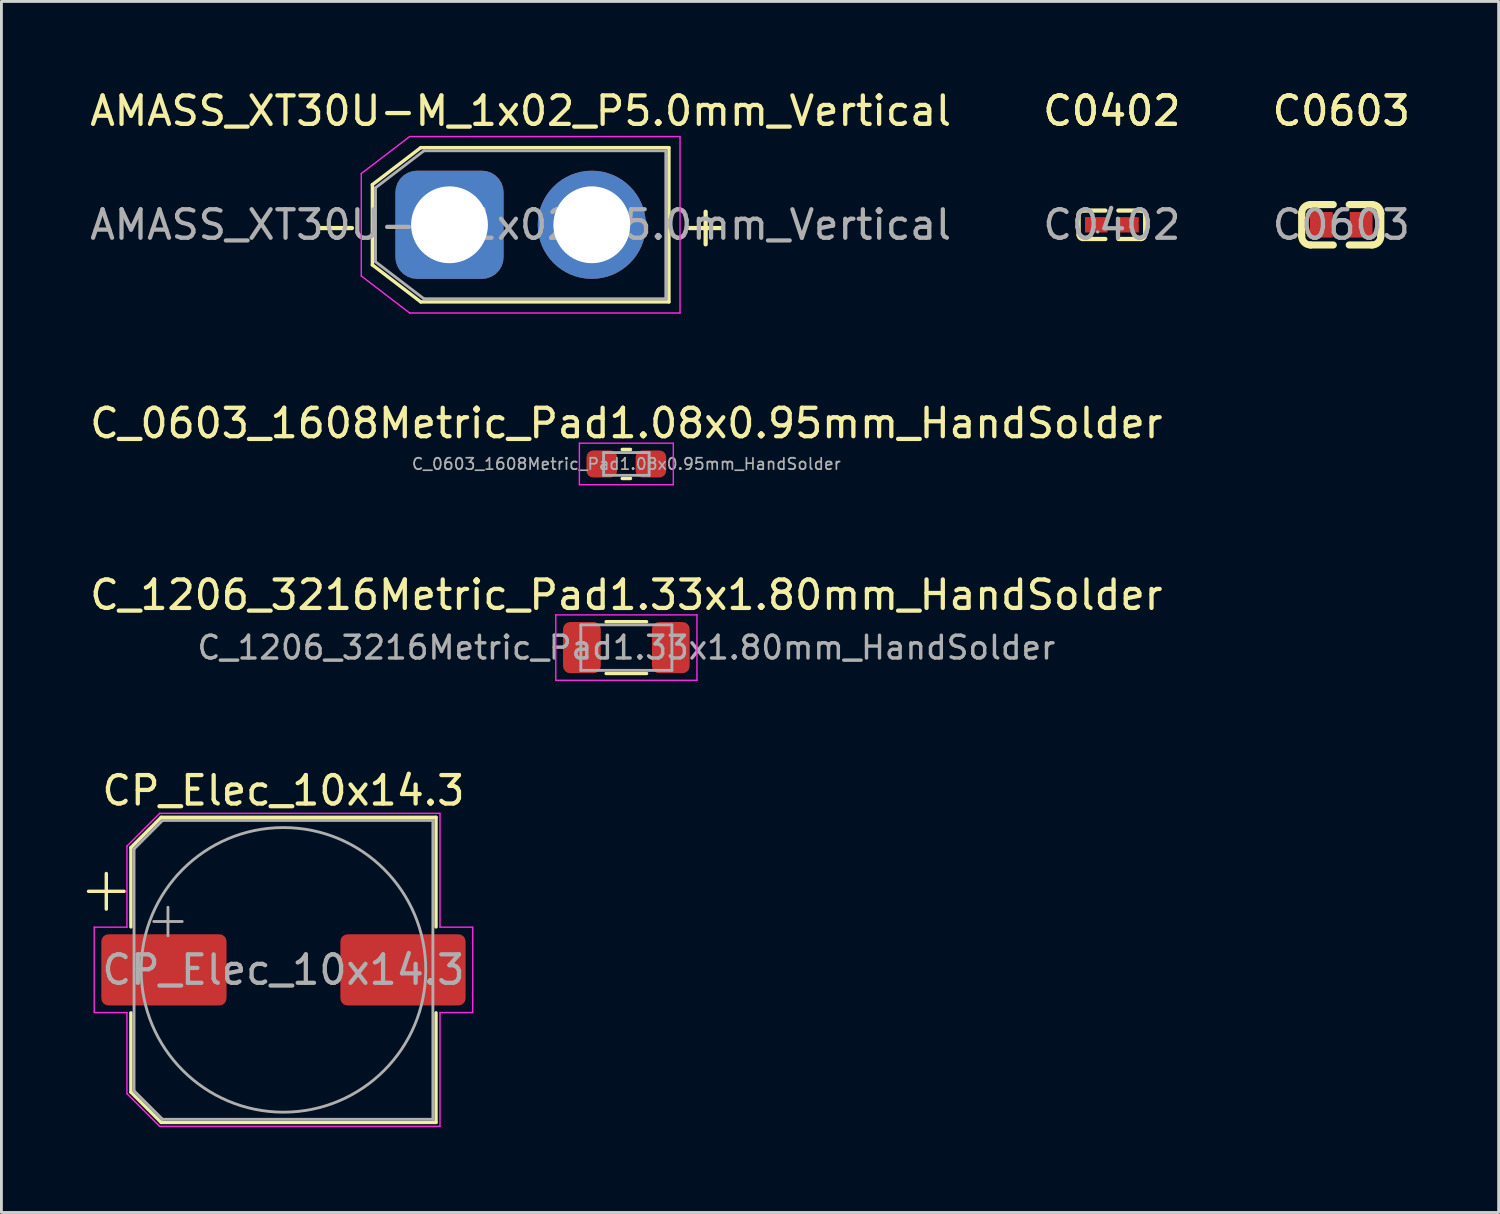
<source format=kicad_pcb>
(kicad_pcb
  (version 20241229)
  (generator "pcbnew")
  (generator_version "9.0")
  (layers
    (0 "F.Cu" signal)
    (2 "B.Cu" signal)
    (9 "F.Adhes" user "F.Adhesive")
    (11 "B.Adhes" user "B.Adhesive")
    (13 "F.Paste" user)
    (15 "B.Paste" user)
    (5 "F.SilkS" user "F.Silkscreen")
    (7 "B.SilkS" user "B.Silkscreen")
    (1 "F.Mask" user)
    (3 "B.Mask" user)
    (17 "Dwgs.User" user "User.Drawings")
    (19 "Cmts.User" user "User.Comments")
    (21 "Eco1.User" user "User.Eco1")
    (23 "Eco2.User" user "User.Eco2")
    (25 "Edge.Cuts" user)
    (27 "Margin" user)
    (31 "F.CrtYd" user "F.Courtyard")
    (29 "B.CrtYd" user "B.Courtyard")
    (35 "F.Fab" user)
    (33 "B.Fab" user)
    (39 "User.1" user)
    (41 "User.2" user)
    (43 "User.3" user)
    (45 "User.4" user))
  (footprint "C0603"
    (layer "F.Cu")
    (at 44.077 4.848)
    (property "Reference" "C0603" (at 0 -4 0) (layer "F.SilkS") (effects (font (size 1 1) (thickness 0.15))))
    (attr smd)
    (fp_line (start -1.39 0.4) (end -1.39 -0.4) (stroke (width 0.25) (type solid)) (layer "F.SilkS"))
    (fp_line (start -0.28 -0.71) (end -1.08 -0.71) (stroke (width 0.25) (type solid)) (layer "F.SilkS"))
    (fp_line (start -0.28 0.71) (end -1.08 0.71) (stroke (width 0.25) (type solid)) (layer "F.SilkS"))
    (fp_line (start 0.28 -0.71) (end 1.08 -0.71) (stroke (width 0.25) (type solid)) (layer "F.SilkS"))
    (fp_line (start 0.28 0.71) (end 1.08 0.71) (stroke (width 0.25) (type solid)) (layer "F.SilkS"))
    (fp_line (start 1.39 -0.4) (end 1.39 0.4) (stroke (width 0.25) (type solid)) (layer "F.SilkS"))
    (fp_arc (start -1.39 -0.4) (mid -1.299203 -0.619203) (end -1.08 -0.71) (stroke (width 0.25) (type solid)) (layer "F.SilkS"))
    (fp_arc (start -1.08 0.71) (mid -1.299203 0.619203) (end -1.39 0.4) (stroke (width 0.25) (type solid)) (layer "F.SilkS"))
    (fp_arc (start 1.08 -0.71) (mid 1.299203 -0.619203) (end 1.39 -0.4) (stroke (width 0.25) (type solid)) (layer "F.SilkS"))
    (fp_arc (start 1.39 0.4) (mid 1.299203 0.619203) (end 1.08 0.71) (stroke (width 0.25) (type solid)) (layer "F.SilkS"))
    (fp_circle (center -0.8 0.4) (end -0.77 0.4) (stroke (width 0.06) (type solid)) (fill no) (layer "F.Fab"))
    (fp_text user "${REFERENCE}" (at 0 -4 0) (layer "F.SilkS") (effects (font (size 1 1) (thickness 0.15))))
    (fp_text user "${REFERENCE}" (at 0 0 0) (layer "F.Fab") (effects (font (size 1 1) (thickness 0.15))))
    (pad "1" smd rect (at -0.7 0 180) (size 0.8 0.9) (layers "F.Cu" "F.Mask" "F.Paste"))
    (pad "2" smd rect (at 0.7 0 180) (size 0.8 0.9) (layers "F.Cu" "F.Mask" "F.Paste")))
  (footprint "C_0603_1608Metric_Pad1.08x0.95mm_HandSolder"
    (layer "F.Cu")
    (at 18.958 13.252)
    (property "Reference" "C_0603_1608Metric_Pad1.08x0.95mm_HandSolder" (at 0 -1.43 0) (layer "F.SilkS") (effects (font (size 1 1) (thickness 0.15))))
    (attr smd)
    (fp_line (start -0.146 -0.51) (end 0.146 -0.51) (stroke (width 0.12) (type solid)) (layer "F.SilkS"))
    (fp_line (start -0.146 0.51) (end 0.146 0.51) (stroke (width 0.12) (type solid)) (layer "F.SilkS"))
    (fp_line (start -1.65 -0.73) (end 1.65 -0.73) (stroke (width 0.05) (type solid)) (layer "F.CrtYd"))
    (fp_line (start -1.65 0.73) (end -1.65 -0.73) (stroke (width 0.05) (type solid)) (layer "F.CrtYd"))
    (fp_line (start 1.65 -0.73) (end 1.65 0.73) (stroke (width 0.05) (type solid)) (layer "F.CrtYd"))
    (fp_line (start 1.65 0.73) (end -1.65 0.73) (stroke (width 0.05) (type solid)) (layer "F.CrtYd"))
    (fp_line (start -0.8 -0.4) (end 0.8 -0.4) (stroke (width 0.1) (type solid)) (layer "F.Fab"))
    (fp_line (start -0.8 0.4) (end -0.8 -0.4) (stroke (width 0.1) (type solid)) (layer "F.Fab"))
    (fp_line (start 0.8 -0.4) (end 0.8 0.4) (stroke (width 0.1) (type solid)) (layer "F.Fab"))
    (fp_line (start 0.8 0.4) (end -0.8 0.4) (stroke (width 0.1) (type solid)) (layer "F.Fab"))
    (fp_text user "${REFERENCE}" (at 0 0 0) (layer "F.Fab") (effects (font (size 0.4 0.4) (thickness 0.06))))
    (pad "1" smd roundrect (at -0.863 0) (size 1.075 0.95) (layers "F.Cu" "F.Mask" "F.Paste") (roundrect_rratio 0.25))
    (pad "2" smd roundrect (at 0.863 0) (size 1.075 0.95) (layers "F.Cu" "F.Mask" "F.Paste") (roundrect_rratio 0.25)))
  (footprint "CP_Elec_10x14.3"
    (layer "F.Cu")
    (at 6.91 31.028)
    (property "Reference" "CP_Elec_10x14.3" (at 0 -6.3 0) (layer "F.SilkS") (effects (font (size 1 1) (thickness 0.15))))
    (attr smd)
    (fp_line (start -6.85 -2.76) (end -5.6 -2.76) (stroke (width 0.12) (type solid)) (layer "F.SilkS"))
    (fp_line (start -6.225 -3.385) (end -6.225 -2.135) (stroke (width 0.12) (type solid)) (layer "F.SilkS"))
    (fp_line (start -5.36 -4.296) (end -5.36 -1.51) (stroke (width 0.12) (type solid)) (layer "F.SilkS"))
    (fp_line (start -5.36 -4.296) (end -4.296 -5.36) (stroke (width 0.12) (type solid)) (layer "F.SilkS"))
    (fp_line (start -5.36 4.296) (end -5.36 1.51) (stroke (width 0.12) (type solid)) (layer "F.SilkS"))
    (fp_line (start -5.36 4.296) (end -4.296 5.36) (stroke (width 0.12) (type solid)) (layer "F.SilkS"))
    (fp_line (start -4.296 -5.36) (end 5.36 -5.36) (stroke (width 0.12) (type solid)) (layer "F.SilkS"))
    (fp_line (start -4.296 5.36) (end 5.36 5.36) (stroke (width 0.12) (type solid)) (layer "F.SilkS"))
    (fp_line (start 5.36 -5.36) (end 5.36 -1.51) (stroke (width 0.12) (type solid)) (layer "F.SilkS"))
    (fp_line (start 5.36 5.36) (end 5.36 1.51) (stroke (width 0.12) (type solid)) (layer "F.SilkS"))
    (fp_line (start -6.65 -1.5) (end -6.65 1.5) (stroke (width 0.05) (type solid)) (layer "F.CrtYd"))
    (fp_line (start -6.65 1.5) (end -5.5 1.5) (stroke (width 0.05) (type solid)) (layer "F.CrtYd"))
    (fp_line (start -5.5 -4.35) (end -5.5 -1.5) (stroke (width 0.05) (type solid)) (layer "F.CrtYd"))
    (fp_line (start -5.5 -4.35) (end -4.35 -5.5) (stroke (width 0.05) (type solid)) (layer "F.CrtYd"))
    (fp_line (start -5.5 -1.5) (end -6.65 -1.5) (stroke (width 0.05) (type solid)) (layer "F.CrtYd"))
    (fp_line (start -5.5 1.5) (end -5.5 4.35) (stroke (width 0.05) (type solid)) (layer "F.CrtYd"))
    (fp_line (start -5.5 4.35) (end -4.35 5.5) (stroke (width 0.05) (type solid)) (layer "F.CrtYd"))
    (fp_line (start -4.35 -5.5) (end 5.5 -5.5) (stroke (width 0.05) (type solid)) (layer "F.CrtYd"))
    (fp_line (start -4.35 5.5) (end 5.5 5.5) (stroke (width 0.05) (type solid)) (layer "F.CrtYd"))
    (fp_line (start 5.5 -5.5) (end 5.5 -1.5) (stroke (width 0.05) (type solid)) (layer "F.CrtYd"))
    (fp_line (start 5.5 -1.5) (end 6.65 -1.5) (stroke (width 0.05) (type solid)) (layer "F.CrtYd"))
    (fp_line (start 5.5 1.5) (end 5.5 5.5) (stroke (width 0.05) (type solid)) (layer "F.CrtYd"))
    (fp_line (start 6.65 -1.5) (end 6.65 1.5) (stroke (width 0.05) (type solid)) (layer "F.CrtYd"))
    (fp_line (start 6.65 1.5) (end 5.5 1.5) (stroke (width 0.05) (type solid)) (layer "F.CrtYd"))
    (fp_line (start -5.25 -4.25) (end -5.25 4.25) (stroke (width 0.1) (type solid)) (layer "F.Fab"))
    (fp_line (start -5.25 -4.25) (end -4.25 -5.25) (stroke (width 0.1) (type solid)) (layer "F.Fab"))
    (fp_line (start -5.25 4.25) (end -4.25 5.25) (stroke (width 0.1) (type solid)) (layer "F.Fab"))
    (fp_line (start -4.558 -1.7) (end -3.558 -1.7) (stroke (width 0.1) (type solid)) (layer "F.Fab"))
    (fp_line (start -4.25 -5.25) (end 5.25 -5.25) (stroke (width 0.1) (type solid)) (layer "F.Fab"))
    (fp_line (start -4.25 5.25) (end 5.25 5.25) (stroke (width 0.1) (type solid)) (layer "F.Fab"))
    (fp_line (start -4.058 -2.2) (end -4.058 -1.2) (stroke (width 0.1) (type solid)) (layer "F.Fab"))
    (fp_line (start 5.25 -5.25) (end 5.25 5.25) (stroke (width 0.1) (type solid)) (layer "F.Fab"))
    (fp_circle (center 0 0) (end 5 0) (stroke (width 0.1) (type solid)) (fill no) (layer "F.Fab"))
    (fp_text user "${REFERENCE}" (at 0 0 0) (layer "F.Fab") (effects (font (size 1 1) (thickness 0.15))))
    (pad "1" smd roundrect (at -4.2 0) (size 4.4 2.5) (layers "F.Cu" "F.Mask" "F.Paste") (roundrect_rratio 0.1))
    (pad "2" smd roundrect (at 4.2 0) (size 4.4 2.5) (layers "F.Cu" "F.Mask" "F.Paste") (roundrect_rratio 0.1)))
  (footprint "C0402"
    (layer "F.Cu")
    (at 36.018 4.848)
    (property "Reference" "C0402" (at 0 -4 0) (layer "F.SilkS") (effects (font (size 1 1) (thickness 0.15))))
    (attr smd)
    (fp_line (start -1.17 0.35) (end -1.17 -0.35) (stroke (width 0.15) (type solid)) (layer "F.SilkS"))
    (fp_line (start -1.02 -0.5) (end -0.23 -0.5) (stroke (width 0.15) (type solid)) (layer "F.SilkS"))
    (fp_line (start -0.23 0.5) (end -1.02 0.5) (stroke (width 0.15) (type solid)) (layer "F.SilkS"))
    (fp_line (start 0.23 0.5) (end 1.02 0.5) (stroke (width 0.15) (type solid)) (layer "F.SilkS"))
    (fp_line (start 1.02 -0.5) (end 0.23 -0.5) (stroke (width 0.15) (type solid)) (layer "F.SilkS"))
    (fp_line (start 1.17 0.35) (end 1.17 -0.35) (stroke (width 0.15) (type solid)) (layer "F.SilkS"))
    (fp_arc (start -1.17 -0.35) (mid -1.126066 -0.456066) (end -1.02 -0.5) (stroke (width 0.15) (type solid)) (layer "F.SilkS"))
    (fp_arc (start -1.02 0.5) (mid -1.126066 0.456066) (end -1.17 0.35) (stroke (width 0.15) (type solid)) (layer "F.SilkS"))
    (fp_arc (start 1.02 -0.5) (mid 1.126066 -0.456066) (end 1.17 -0.35) (stroke (width 0.15) (type solid)) (layer "F.SilkS"))
    (fp_arc (start 1.17 0.35) (mid 1.126066 0.456066) (end 1.02 0.5) (stroke (width 0.15) (type solid)) (layer "F.SilkS"))
    (fp_circle (center -0.5 0.25) (end -0.47 0.25) (stroke (width 0.06) (type solid)) (fill no) (layer "F.Fab"))
    (fp_text user "${REFERENCE}" (at 0 -4 0) (layer "F.SilkS") (effects (font (size 1 1) (thickness 0.15))))
    (fp_text user "${REFERENCE}" (at 0 0 0) (layer "F.Fab") (effects (font (size 1 1) (thickness 0.15))))
    (pad "1" smd rect (at -0.55 0 180) (size 0.79 0.54) (layers "F.Cu" "F.Mask" "F.Paste"))
    (pad "2" smd rect (at 0.55 0 180) (size 0.79 0.54) (layers "F.Cu" "F.Mask" "F.Paste")))
  (footprint "C_1206_3216Metric_Pad1.33x1.80mm_HandSolder"
    (layer "F.Cu")
    (at 18.958 19.705)
    (property "Reference" "C_1206_3216Metric_Pad1.33x1.80mm_HandSolder" (at 0 -1.85 0) (layer "F.SilkS") (effects (font (size 1 1) (thickness 0.15))))
    (attr smd)
    (fp_line (start -0.711 -0.91) (end 0.711 -0.91) (stroke (width 0.12) (type solid)) (layer "F.SilkS"))
    (fp_line (start -0.711 0.91) (end 0.711 0.91) (stroke (width 0.12) (type solid)) (layer "F.SilkS"))
    (fp_line (start -2.48 -1.15) (end 2.48 -1.15) (stroke (width 0.05) (type solid)) (layer "F.CrtYd"))
    (fp_line (start -2.48 1.15) (end -2.48 -1.15) (stroke (width 0.05) (type solid)) (layer "F.CrtYd"))
    (fp_line (start 2.48 -1.15) (end 2.48 1.15) (stroke (width 0.05) (type solid)) (layer "F.CrtYd"))
    (fp_line (start 2.48 1.15) (end -2.48 1.15) (stroke (width 0.05) (type solid)) (layer "F.CrtYd"))
    (fp_line (start -1.6 -0.8) (end 1.6 -0.8) (stroke (width 0.1) (type solid)) (layer "F.Fab"))
    (fp_line (start -1.6 0.8) (end -1.6 -0.8) (stroke (width 0.1) (type solid)) (layer "F.Fab"))
    (fp_line (start 1.6 -0.8) (end 1.6 0.8) (stroke (width 0.1) (type solid)) (layer "F.Fab"))
    (fp_line (start 1.6 0.8) (end -1.6 0.8) (stroke (width 0.1) (type solid)) (layer "F.Fab"))
    (fp_text user "${REFERENCE}" (at 0 0 0) (layer "F.Fab") (effects (font (size 0.8 0.8) (thickness 0.12))))
    (pad "1" smd roundrect (at -1.562 0) (size 1.325 1.8) (layers "F.Cu" "F.Mask" "F.Paste") (roundrect_rratio 0.189))
    (pad "2" smd roundrect (at 1.562 0) (size 1.325 1.8) (layers "F.Cu" "F.Mask" "F.Paste") (roundrect_rratio 0.189)))
  (footprint "AMASS_XT30U-M_1x02_P5.0mm_Vertical"
    (layer "F.Cu")
    (at 12.744 4.848)
    (property "Reference" "AMASS_XT30U-M_1x02_P5.0mm_Vertical" (at 2.5 -4 0) (layer "F.SilkS") (effects (font (size 1 1) (thickness 0.15))))
    (attr through_hole)
    (fp_line (start -2.71 -1.41) (end -2.71 1.41) (stroke (width 0.12) (type solid)) (layer "F.SilkS"))
    (fp_line (start -2.71 -1.41) (end -1.01 -2.71) (stroke (width 0.12) (type solid)) (layer "F.SilkS"))
    (fp_line (start -2.71 1.41) (end -1.01 2.71) (stroke (width 0.12) (type solid)) (layer "F.SilkS"))
    (fp_line (start -1.01 -2.71) (end 7.71 -2.71) (stroke (width 0.12) (type solid)) (layer "F.SilkS"))
    (fp_line (start -1.01 2.71) (end 7.71 2.71) (stroke (width 0.12) (type solid)) (layer "F.SilkS"))
    (fp_line (start 7.71 -2.71) (end 7.71 2.71) (stroke (width 0.12) (type solid)) (layer "F.SilkS"))
    (fp_line (start -3.1 -1.8) (end -3.1 1.8) (stroke (width 0.05) (type solid)) (layer "F.CrtYd"))
    (fp_line (start -3.1 -1.8) (end -1.4 -3.1) (stroke (width 0.05) (type solid)) (layer "F.CrtYd"))
    (fp_line (start -3.1 1.8) (end -1.4 3.1) (stroke (width 0.05) (type solid)) (layer "F.CrtYd"))
    (fp_line (start -1.4 -3.1) (end 8.1 -3.1) (stroke (width 0.05) (type solid)) (layer "F.CrtYd"))
    (fp_line (start -1.4 3.1) (end 8.1 3.1) (stroke (width 0.05) (type solid)) (layer "F.CrtYd"))
    (fp_line (start 8.1 -3.1) (end 8.1 3.1) (stroke (width 0.05) (type solid)) (layer "F.CrtYd"))
    (fp_line (start -2.6 -1.3) (end -2.6 1.3) (stroke (width 0.1) (type solid)) (layer "F.Fab"))
    (fp_line (start -2.6 -1.3) (end -0.9 -2.6) (stroke (width 0.1) (type solid)) (layer "F.Fab"))
    (fp_line (start -2.6 1.3) (end -0.9 2.6) (stroke (width 0.1) (type solid)) (layer "F.Fab"))
    (fp_line (start -0.9 -2.6) (end 7.6 -2.6) (stroke (width 0.1) (type solid)) (layer "F.Fab"))
    (fp_line (start -0.9 2.6) (end 7.6 2.6) (stroke (width 0.1) (type solid)) (layer "F.Fab"))
    (fp_line (start 7.6 -2.6) (end 7.6 2.6) (stroke (width 0.1) (type solid)) (layer "F.Fab"))
    (fp_text user "-" (at -4 0 0) (layer "F.SilkS") (effects (font (size 1.5 1.5) (thickness 0.15))))
    (fp_text user "+" (at 9 0 0) (layer "F.SilkS") (effects (font (size 1.5 1.5) (thickness 0.15))))
    (fp_text user "${REFERENCE}" (at 2.5 0 0) (layer "F.Fab") (effects (font (size 1 1) (thickness 0.15))))
    (pad "1" thru_hole roundrect (at 0 0) (size 3.8 3.8) (drill 2.7) (layers "*.Cu" "*.Mask") (roundrect_rratio 0.2))
    (pad "2" thru_hole circle (at 5 0) (size 3.8 3.8) (drill 2.7) (layers "*.Cu" "*.Mask")))
  (gr_rect
    (start -3 -3)
    (end 49.607 39.553)
    (stroke (width 0.1) (type default))
    (fill no)
    (layer "Edge.Cuts")))
</source>
